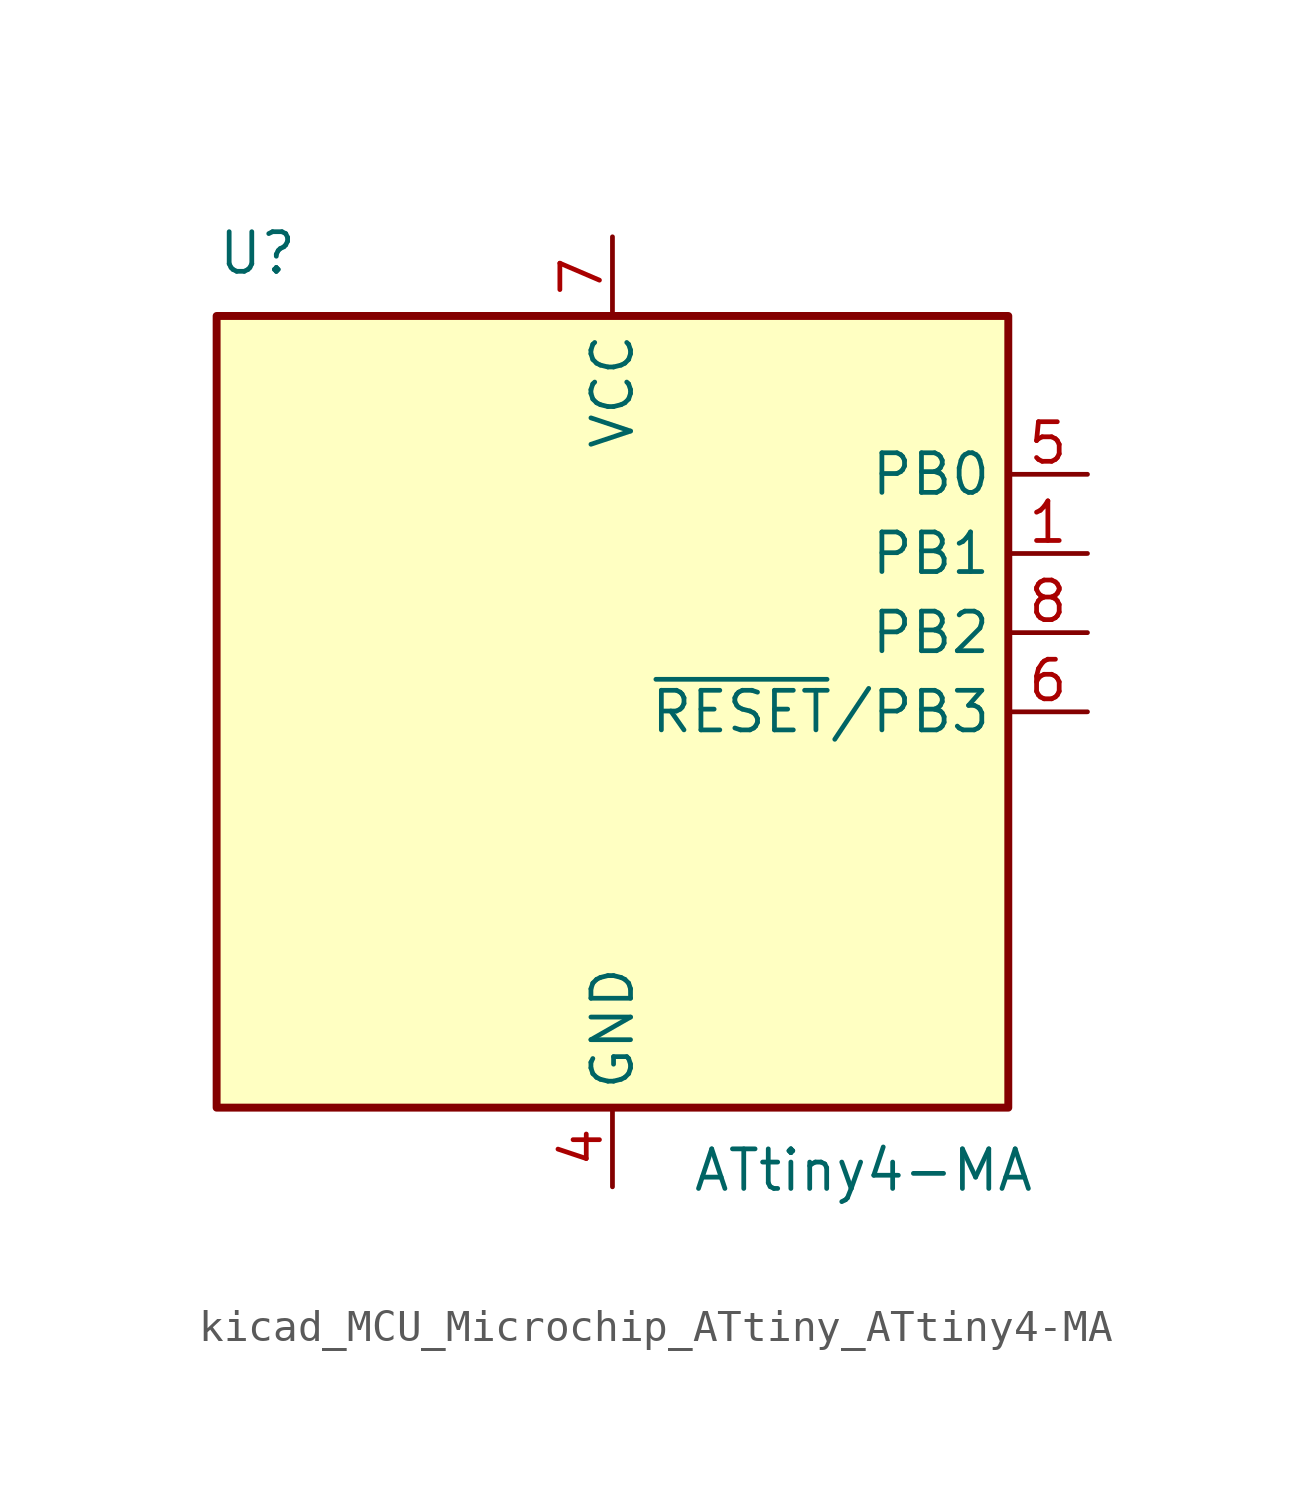
<source format=kicad_sym>
(kicad_symbol_lib
  (version 20220914)
  (generator kicad_symbol_editor)
  (symbol "kicad_MCU_Microchip_ATtiny_ATtiny4-MA"
    (property "Reference" "U"
      (at -12.7 13.97 0)
      (effects (font (size 1.27 1.27)) (justify left bottom)))
    (property "Value" "ATtiny4-MA"
      (at 2.54 -13.97 0)
      (effects (font (size 1.27 1.27)) (justify left top)))
    (symbol "kicad_MCU_Microchip_ATtiny_ATtiny4-MA_0_1"
      (rectangle (start -12.7 -12.7) (end 12.7 12.7) (stroke (width 0.254) (type default)) (fill (type background))))
    (symbol "kicad_MCU_Microchip_ATtiny_ATtiny4-MA_1_1"
      (pin bidirectional line (at 15.24 5.08 180) (length 2.54) (name "PB1" (effects (font (size 1.27 1.27)))) (number "1" (effects (font (size 1.27 1.27)))))
      (pin no_connect line (at -12.7 7.62 0) (length 2.54) hide (name "NC" (effects (font (size 1.27 1.27)))) (number "2" (effects (font (size 1.27 1.27)))))
      (pin no_connect line (at -12.7 5.08 0) (length 2.54) hide (name "NC" (effects (font (size 1.27 1.27)))) (number "3" (effects (font (size 1.27 1.27)))))
      (pin power_in line (at 0 -15.24 90) (length 2.54) (name "GND" (effects (font (size 1.27 1.27)))) (number "4" (effects (font (size 1.27 1.27)))))
      (pin bidirectional line (at 15.24 7.62 180) (length 2.54) (name "PB0" (effects (font (size 1.27 1.27)))) (number "5" (effects (font (size 1.27 1.27)))))
      (pin bidirectional line (at 15.24 0 180) (length 2.54) (name "~{RESET}/PB3" (effects (font (size 1.27 1.27)))) (number "6" (effects (font (size 1.27 1.27)))))
      (pin power_in line (at 0 15.24 270) (length 2.54) (name "VCC" (effects (font (size 1.27 1.27)))) (number "7" (effects (font (size 1.27 1.27)))))
      (pin bidirectional line (at 15.24 2.54 180) (length 2.54) (name "PB2" (effects (font (size 1.27 1.27)))) (number "8" (effects (font (size 1.27 1.27))))))))
</source>
